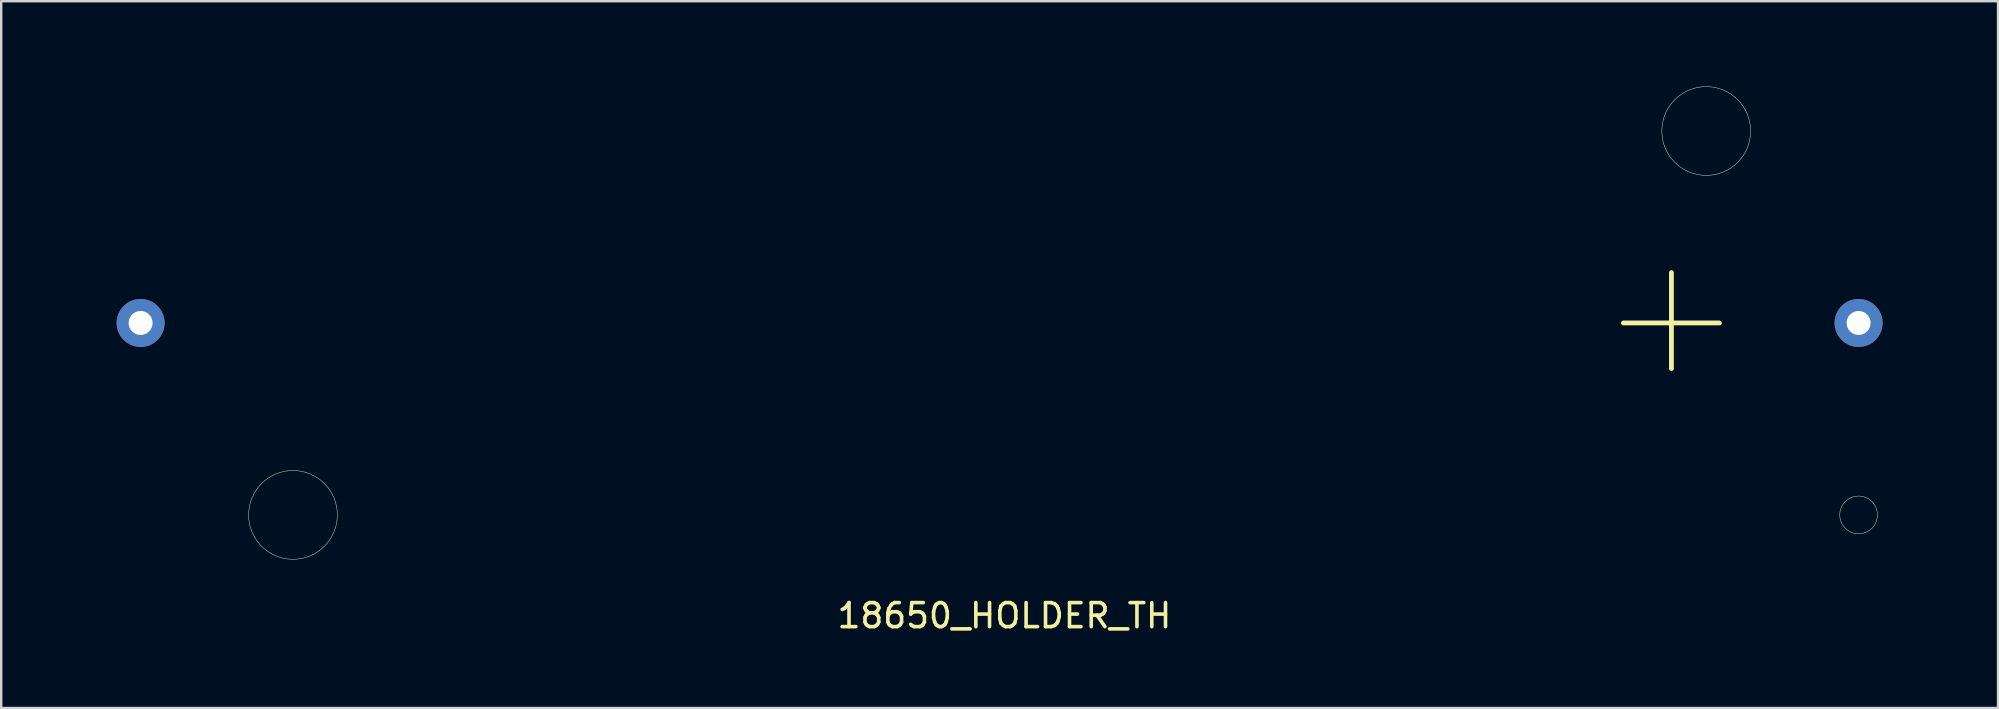
<source format=kicad_pcb>
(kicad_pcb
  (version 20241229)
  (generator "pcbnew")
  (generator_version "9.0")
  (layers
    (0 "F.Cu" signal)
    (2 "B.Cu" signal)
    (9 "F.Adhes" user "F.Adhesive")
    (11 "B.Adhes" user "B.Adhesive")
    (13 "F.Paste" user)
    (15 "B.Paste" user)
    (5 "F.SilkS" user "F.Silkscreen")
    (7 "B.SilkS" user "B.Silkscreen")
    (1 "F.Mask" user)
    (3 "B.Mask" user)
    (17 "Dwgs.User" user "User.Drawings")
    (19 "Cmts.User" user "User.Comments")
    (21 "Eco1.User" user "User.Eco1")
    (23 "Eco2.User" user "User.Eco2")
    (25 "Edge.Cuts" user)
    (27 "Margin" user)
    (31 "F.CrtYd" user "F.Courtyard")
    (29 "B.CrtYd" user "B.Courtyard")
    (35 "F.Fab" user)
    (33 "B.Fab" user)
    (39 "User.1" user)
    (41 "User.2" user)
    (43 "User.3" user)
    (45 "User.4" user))
  (footprint "18650_HOLDER_TH"
    (layer "F.Cu")
    (at 38.61 10.41)
    (property "Reference" "18650_HOLDER_TH" (at 0.2 12.2 0) (layer "F.SilkS") (effects (font (size 1 1) (thickness 0.15))))
    (attr through_hole)
    (fp_line (start 26 0) (end 30 0) (stroke (width 0.2) (type solid)) (layer "F.SilkS"))
    (fp_line (start 28 -2.1) (end 28 1.9) (stroke (width 0.2) (type solid)) (layer "F.SilkS"))
    (fp_line (start -38.55 -10.35) (end 38.55 -10.35) (stroke (width 0.12) (type solid)) (layer "B.Paste"))
    (fp_line (start -38.55 10.35) (end -38.55 -10.35) (stroke (width 0.12) (type solid)) (layer "B.Paste"))
    (fp_line (start 38.55 -10.35) (end 38.55 10.35) (stroke (width 0.12) (type solid)) (layer "B.Paste"))
    (fp_line (start 38.55 10.35) (end -38.55 10.35) (stroke (width 0.12) (type solid)) (layer "B.Paste"))
    (fp_circle (center -29.45 8) (end -27.6 8) (stroke (width 0.02) (type solid)) (fill no) (layer "Edge.Cuts"))
    (fp_circle (center 29.45 -8) (end 31.3 -8) (stroke (width 0.02) (type solid)) (fill no) (layer "Edge.Cuts"))
    (fp_circle (center 35.8 8) (end 36.585 8) (stroke (width 0.02) (type solid)) (fill no) (layer "Edge.Cuts"))
    (pad "1" thru_hole circle (at 35.8 0) (size 2 2) (drill 1) (layers "*.Cu" "*.Mask"))
    (pad "2" thru_hole circle (at -35.8 0) (size 2 2) (drill 1) (layers "*.Cu" "*.Mask")))
  (gr_rect
    (start -3 -3)
    (end 80.22 26.458)
    (stroke (width 0.1) (type default))
    (fill no)
    (layer "Edge.Cuts")))
</source>
